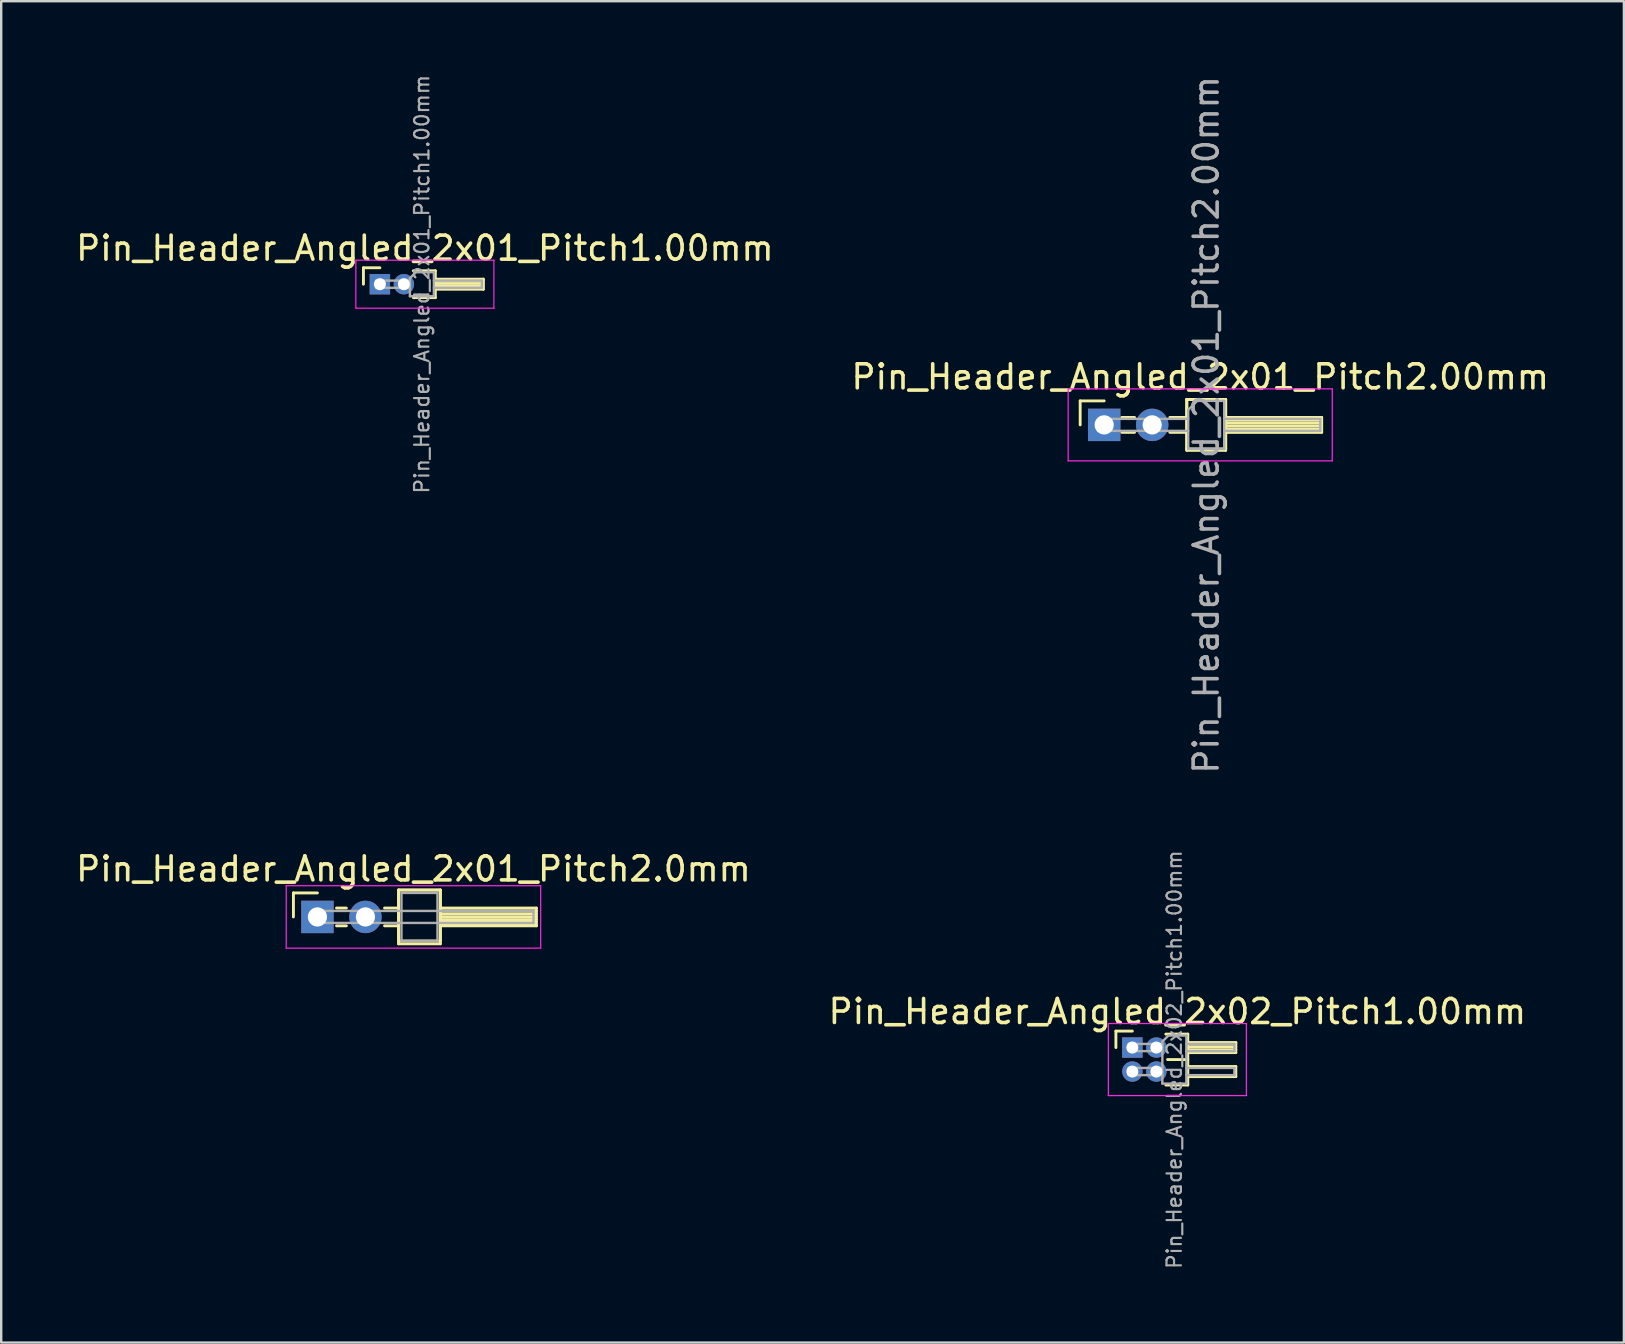
<source format=kicad_pcb>
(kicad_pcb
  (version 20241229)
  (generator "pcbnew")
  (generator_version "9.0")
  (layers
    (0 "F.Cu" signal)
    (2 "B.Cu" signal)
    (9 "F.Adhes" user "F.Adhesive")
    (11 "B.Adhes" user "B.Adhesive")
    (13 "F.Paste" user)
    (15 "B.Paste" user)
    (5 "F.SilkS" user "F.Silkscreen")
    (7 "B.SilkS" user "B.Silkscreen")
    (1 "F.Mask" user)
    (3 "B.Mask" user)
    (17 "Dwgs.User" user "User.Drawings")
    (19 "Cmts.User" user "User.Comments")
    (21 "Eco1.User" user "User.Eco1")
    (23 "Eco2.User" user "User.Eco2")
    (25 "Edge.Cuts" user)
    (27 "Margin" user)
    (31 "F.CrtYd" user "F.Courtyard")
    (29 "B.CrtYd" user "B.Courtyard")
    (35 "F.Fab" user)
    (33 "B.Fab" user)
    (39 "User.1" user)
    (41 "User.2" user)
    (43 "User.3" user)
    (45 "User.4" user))
  (footprint "Pin_Header_Angled_2x01_Pitch2.0mm"
    (layer "F.Cu")
    (at 10.173 35.146)
    (property "Reference" "Pin_Header_Angled_2x01_Pitch2.0mm" (at 4 -2 0) (layer "F.SilkS") (effects (font (size 1 1) (thickness 0.15))))
    (attr through_hole)
    (fp_line (start -1 -1) (end 0 -1) (stroke (width 0.12) (type solid)) (layer "F.SilkS"))
    (fp_line (start -1 0) (end -1 -1) (stroke (width 0.12) (type solid)) (layer "F.SilkS"))
    (fp_line (start 0.795 -0.37) (end 1.205 -0.37) (stroke (width 0.12) (type solid)) (layer "F.SilkS"))
    (fp_line (start 0.795 0.37) (end 1.205 0.37) (stroke (width 0.12) (type solid)) (layer "F.SilkS"))
    (fp_line (start 2.795 -0.37) (end 3.38 -0.37) (stroke (width 0.12) (type solid)) (layer "F.SilkS"))
    (fp_line (start 2.795 0.37) (end 3.38 0.37) (stroke (width 0.12) (type solid)) (layer "F.SilkS"))
    (fp_line (start 3.38 -1.12) (end 3.38 1) (stroke (width 0.12) (type solid)) (layer "F.SilkS"))
    (fp_line (start 3.38 -1.12) (end 3.38 1.12) (stroke (width 0.12) (type solid)) (layer "F.SilkS"))
    (fp_line (start 3.38 1) (end 5.12 1) (stroke (width 0.12) (type solid)) (layer "F.SilkS"))
    (fp_line (start 3.38 1.12) (end 5.12 1.12) (stroke (width 0.12) (type solid)) (layer "F.SilkS"))
    (fp_line (start 5.12 -1.12) (end 3.38 -1.12) (stroke (width 0.12) (type solid)) (layer "F.SilkS"))
    (fp_line (start 5.12 -1.12) (end 3.38 -1.12) (stroke (width 0.12) (type solid)) (layer "F.SilkS"))
    (fp_line (start 5.12 -0.37) (end 5.12 0.37) (stroke (width 0.12) (type solid)) (layer "F.SilkS"))
    (fp_line (start 5.12 -0.25) (end 9.12 -0.25) (stroke (width 0.12) (type solid)) (layer "F.SilkS"))
    (fp_line (start 5.12 -0.13) (end 9.12 -0.13) (stroke (width 0.12) (type solid)) (layer "F.SilkS"))
    (fp_line (start 5.12 -0.01) (end 9.12 -0.01) (stroke (width 0.12) (type solid)) (layer "F.SilkS"))
    (fp_line (start 5.12 0.11) (end 9.12 0.11) (stroke (width 0.12) (type solid)) (layer "F.SilkS"))
    (fp_line (start 5.12 0.23) (end 9.12 0.23) (stroke (width 0.12) (type solid)) (layer "F.SilkS"))
    (fp_line (start 5.12 0.35) (end 9.12 0.35) (stroke (width 0.12) (type solid)) (layer "F.SilkS"))
    (fp_line (start 5.12 0.37) (end 9.12 0.37) (stroke (width 0.12) (type solid)) (layer "F.SilkS"))
    (fp_line (start 5.12 1) (end 5.12 -1.12) (stroke (width 0.12) (type solid)) (layer "F.SilkS"))
    (fp_line (start 5.12 1.12) (end 5.12 -1.12) (stroke (width 0.12) (type solid)) (layer "F.SilkS"))
    (fp_line (start 9.12 -0.37) (end 5.12 -0.37) (stroke (width 0.12) (type solid)) (layer "F.SilkS"))
    (fp_line (start 9.12 0.37) (end 9.12 -0.37) (stroke (width 0.12) (type solid)) (layer "F.SilkS"))
    (fp_line (start -1.3 -1.3) (end -1.3 1.3) (stroke (width 0.05) (type solid)) (layer "F.CrtYd"))
    (fp_line (start -1.3 1.3) (end 9.3 1.3) (stroke (width 0.05) (type solid)) (layer "F.CrtYd"))
    (fp_line (start 9.3 -1.3) (end -1.3 -1.3) (stroke (width 0.05) (type solid)) (layer "F.CrtYd"))
    (fp_line (start 9.3 1.3) (end 9.3 -1.3) (stroke (width 0.05) (type solid)) (layer "F.CrtYd"))
    (fp_line (start 0 -0.25) (end 0 0.25) (stroke (width 0.1) (type solid)) (layer "F.Fab"))
    (fp_line (start 0 0.25) (end 9 0.25) (stroke (width 0.1) (type solid)) (layer "F.Fab"))
    (fp_line (start 3.5 -1) (end 3.5 1) (stroke (width 0.1) (type solid)) (layer "F.Fab"))
    (fp_line (start 3.5 1) (end 5 1) (stroke (width 0.1) (type solid)) (layer "F.Fab"))
    (fp_line (start 5 -1) (end 3.5 -1) (stroke (width 0.1) (type solid)) (layer "F.Fab"))
    (fp_line (start 5 1) (end 5 -1) (stroke (width 0.1) (type solid)) (layer "F.Fab"))
    (fp_line (start 9 -0.25) (end 0 -0.25) (stroke (width 0.1) (type solid)) (layer "F.Fab"))
    (fp_line (start 9 0.25) (end 9 -0.25) (stroke (width 0.1) (type solid)) (layer "F.Fab"))
    (pad "1" thru_hole rect (at 0 0) (size 1.35 1.35) (drill 0.8) (layers "*.Cu" "*.Mask"))
    (pad "2" thru_hole oval (at 2 0) (size 1.35 1.35) (drill 0.8) (layers "*.Cu" "*.Mask")))
  (footprint "Pin_Header_Angled_2x01_Pitch1.00mm"
    (layer "F.Cu")
    (at 12.774 8.789)
    (property "Reference" "Pin_Header_Angled_2x01_Pitch1.00mm" (at 1.875 -1.5 0) (layer "F.SilkS") (effects (font (size 1 1) (thickness 0.15))))
    (attr through_hole)
    (fp_line (start -0.685 -0.685) (end 0 -0.685) (stroke (width 0.12) (type solid)) (layer "F.SilkS"))
    (fp_line (start -0.685 0) (end -0.685 -0.685) (stroke (width 0.12) (type solid)) (layer "F.SilkS"))
    (fp_line (start 1.394 -0.56) (end 2.31 -0.56) (stroke (width 0.12) (type solid)) (layer "F.SilkS"))
    (fp_line (start 2.31 -0.56) (end 2.31 0.56) (stroke (width 0.12) (type solid)) (layer "F.SilkS"))
    (fp_line (start 2.31 -0.21) (end 4.31 -0.21) (stroke (width 0.12) (type solid)) (layer "F.SilkS"))
    (fp_line (start 2.31 -0.15) (end 4.31 -0.15) (stroke (width 0.12) (type solid)) (layer "F.SilkS"))
    (fp_line (start 2.31 -0.03) (end 4.31 -0.03) (stroke (width 0.12) (type solid)) (layer "F.SilkS"))
    (fp_line (start 2.31 0.09) (end 4.31 0.09) (stroke (width 0.12) (type solid)) (layer "F.SilkS"))
    (fp_line (start 2.31 0.56) (end 1.394 0.56) (stroke (width 0.12) (type solid)) (layer "F.SilkS"))
    (fp_line (start 4.31 -0.21) (end 4.31 0.21) (stroke (width 0.12) (type solid)) (layer "F.SilkS"))
    (fp_line (start 4.31 0.21) (end 2.31 0.21) (stroke (width 0.12) (type solid)) (layer "F.SilkS"))
    (fp_line (start -1 -1) (end -1 1) (stroke (width 0.05) (type solid)) (layer "F.CrtYd"))
    (fp_line (start -1 1) (end 4.75 1) (stroke (width 0.05) (type solid)) (layer "F.CrtYd"))
    (fp_line (start 4.75 -1) (end -1 -1) (stroke (width 0.05) (type solid)) (layer "F.CrtYd"))
    (fp_line (start 4.75 1) (end 4.75 -1) (stroke (width 0.05) (type solid)) (layer "F.CrtYd"))
    (fp_line (start -0.15 -0.15) (end -0.15 0.15) (stroke (width 0.1) (type solid)) (layer "F.Fab"))
    (fp_line (start -0.15 -0.15) (end 1.25 -0.15) (stroke (width 0.1) (type solid)) (layer "F.Fab"))
    (fp_line (start -0.15 0.15) (end 1.25 0.15) (stroke (width 0.1) (type solid)) (layer "F.Fab"))
    (fp_line (start 1.25 -0.25) (end 1.5 -0.5) (stroke (width 0.1) (type solid)) (layer "F.Fab"))
    (fp_line (start 1.25 0.5) (end 1.25 -0.25) (stroke (width 0.1) (type solid)) (layer "F.Fab"))
    (fp_line (start 1.5 -0.5) (end 2.25 -0.5) (stroke (width 0.1) (type solid)) (layer "F.Fab"))
    (fp_line (start 2.25 -0.5) (end 2.25 0.5) (stroke (width 0.1) (type solid)) (layer "F.Fab"))
    (fp_line (start 2.25 -0.15) (end 4.25 -0.15) (stroke (width 0.1) (type solid)) (layer "F.Fab"))
    (fp_line (start 2.25 0.15) (end 4.25 0.15) (stroke (width 0.1) (type solid)) (layer "F.Fab"))
    (fp_line (start 2.25 0.5) (end 1.25 0.5) (stroke (width 0.1) (type solid)) (layer "F.Fab"))
    (fp_line (start 4.25 -0.15) (end 4.25 0.15) (stroke (width 0.1) (type solid)) (layer "F.Fab"))
    (fp_text user "${REFERENCE}" (at 1.75 0 90) (layer "F.Fab") (effects (font (size 0.6 0.6) (thickness 0.09))))
    (pad "1" thru_hole rect (at 0 0) (size 0.85 0.85) (drill 0.5) (layers "*.Cu" "*.Mask"))
    (pad "2" thru_hole oval (at 1 0) (size 0.85 0.85) (drill 0.5) (layers "*.Cu" "*.Mask")))
  (footprint "Pin_Header_Angled_2x02_Pitch1.00mm"
    (layer "F.Cu")
    (at 44.119 40.587)
    (property "Reference" "Pin_Header_Angled_2x02_Pitch1.00mm" (at 1.875 -1.5 0) (layer "F.SilkS") (effects (font (size 1 1) (thickness 0.15))))
    (attr through_hole)
    (fp_line (start -0.685 -0.685) (end 0 -0.685) (stroke (width 0.12) (type solid)) (layer "F.SilkS"))
    (fp_line (start -0.685 0) (end -0.685 -0.685) (stroke (width 0.12) (type solid)) (layer "F.SilkS"))
    (fp_line (start 1.394 -0.56) (end 2.31 -0.56) (stroke (width 0.12) (type solid)) (layer "F.SilkS"))
    (fp_line (start 1.468 0.5) (end 2.31 0.5) (stroke (width 0.12) (type solid)) (layer "F.SilkS"))
    (fp_line (start 2.31 -0.56) (end 2.31 1.56) (stroke (width 0.12) (type solid)) (layer "F.SilkS"))
    (fp_line (start 2.31 -0.21) (end 4.31 -0.21) (stroke (width 0.12) (type solid)) (layer "F.SilkS"))
    (fp_line (start 2.31 -0.15) (end 4.31 -0.15) (stroke (width 0.12) (type solid)) (layer "F.SilkS"))
    (fp_line (start 2.31 -0.03) (end 4.31 -0.03) (stroke (width 0.12) (type solid)) (layer "F.SilkS"))
    (fp_line (start 2.31 0.09) (end 4.31 0.09) (stroke (width 0.12) (type solid)) (layer "F.SilkS"))
    (fp_line (start 2.31 0.79) (end 4.31 0.79) (stroke (width 0.12) (type solid)) (layer "F.SilkS"))
    (fp_line (start 2.31 1.56) (end 1.394 1.56) (stroke (width 0.12) (type solid)) (layer "F.SilkS"))
    (fp_line (start 4.31 -0.21) (end 4.31 0.21) (stroke (width 0.12) (type solid)) (layer "F.SilkS"))
    (fp_line (start 4.31 0.21) (end 2.31 0.21) (stroke (width 0.12) (type solid)) (layer "F.SilkS"))
    (fp_line (start 4.31 0.79) (end 4.31 1.21) (stroke (width 0.12) (type solid)) (layer "F.SilkS"))
    (fp_line (start 4.31 1.21) (end 2.31 1.21) (stroke (width 0.12) (type solid)) (layer "F.SilkS"))
    (fp_line (start -1 -1) (end -1 2) (stroke (width 0.05) (type solid)) (layer "F.CrtYd"))
    (fp_line (start -1 2) (end 4.75 2) (stroke (width 0.05) (type solid)) (layer "F.CrtYd"))
    (fp_line (start 4.75 -1) (end -1 -1) (stroke (width 0.05) (type solid)) (layer "F.CrtYd"))
    (fp_line (start 4.75 2) (end 4.75 -1) (stroke (width 0.05) (type solid)) (layer "F.CrtYd"))
    (fp_line (start -0.15 -0.15) (end -0.15 0.15) (stroke (width 0.1) (type solid)) (layer "F.Fab"))
    (fp_line (start -0.15 -0.15) (end 1.25 -0.15) (stroke (width 0.1) (type solid)) (layer "F.Fab"))
    (fp_line (start -0.15 0.15) (end 1.25 0.15) (stroke (width 0.1) (type solid)) (layer "F.Fab"))
    (fp_line (start -0.15 0.85) (end -0.15 1.15) (stroke (width 0.1) (type solid)) (layer "F.Fab"))
    (fp_line (start -0.15 0.85) (end 1.25 0.85) (stroke (width 0.1) (type solid)) (layer "F.Fab"))
    (fp_line (start -0.15 1.15) (end 1.25 1.15) (stroke (width 0.1) (type solid)) (layer "F.Fab"))
    (fp_line (start 1.25 -0.25) (end 1.5 -0.5) (stroke (width 0.1) (type solid)) (layer "F.Fab"))
    (fp_line (start 1.25 1.5) (end 1.25 -0.25) (stroke (width 0.1) (type solid)) (layer "F.Fab"))
    (fp_line (start 1.5 -0.5) (end 2.25 -0.5) (stroke (width 0.1) (type solid)) (layer "F.Fab"))
    (fp_line (start 2.25 -0.5) (end 2.25 1.5) (stroke (width 0.1) (type solid)) (layer "F.Fab"))
    (fp_line (start 2.25 -0.15) (end 4.25 -0.15) (stroke (width 0.1) (type solid)) (layer "F.Fab"))
    (fp_line (start 2.25 0.15) (end 4.25 0.15) (stroke (width 0.1) (type solid)) (layer "F.Fab"))
    (fp_line (start 2.25 0.85) (end 4.25 0.85) (stroke (width 0.1) (type solid)) (layer "F.Fab"))
    (fp_line (start 2.25 1.15) (end 4.25 1.15) (stroke (width 0.1) (type solid)) (layer "F.Fab"))
    (fp_line (start 2.25 1.5) (end 1.25 1.5) (stroke (width 0.1) (type solid)) (layer "F.Fab"))
    (fp_line (start 4.25 -0.15) (end 4.25 0.15) (stroke (width 0.1) (type solid)) (layer "F.Fab"))
    (fp_line (start 4.25 0.85) (end 4.25 1.15) (stroke (width 0.1) (type solid)) (layer "F.Fab"))
    (fp_text user "${REFERENCE}" (at 1.75 0.5 90) (layer "F.Fab") (effects (font (size 0.6 0.6) (thickness 0.09))))
    (pad "1" thru_hole rect (at 0 0) (size 0.85 0.85) (drill 0.5) (layers "*.Cu" "*.Mask"))
    (pad "2" thru_hole oval (at 1 0) (size 0.85 0.85) (drill 0.5) (layers "*.Cu" "*.Mask"))
    (pad "3" thru_hole oval (at 0 1) (size 0.85 0.85) (drill 0.5) (layers "*.Cu" "*.Mask"))
    (pad "4" thru_hole oval (at 1 1) (size 0.85 0.85) (drill 0.5) (layers "*.Cu" "*.Mask")))
  (footprint "Pin_Header_Angled_2x01_Pitch2.00mm"
    (layer "F.Cu")
    (at 42.946 14.649)
    (property "Reference" "Pin_Header_Angled_2x01_Pitch2.00mm" (at 4 -2 0) (layer "F.SilkS") (effects (font (size 1 1) (thickness 0.15))))
    (attr through_hole)
    (fp_line (start -1 -1) (end 0 -1) (stroke (width 0.12) (type solid)) (layer "F.SilkS"))
    (fp_line (start -1 0) (end -1 -1) (stroke (width 0.12) (type solid)) (layer "F.SilkS"))
    (fp_line (start 0.735 -0.31) (end 1.265 -0.31) (stroke (width 0.12) (type solid)) (layer "F.SilkS"))
    (fp_line (start 0.735 0.31) (end 1.265 0.31) (stroke (width 0.12) (type solid)) (layer "F.SilkS"))
    (fp_line (start 2.735 -0.31) (end 3.44 -0.31) (stroke (width 0.12) (type solid)) (layer "F.SilkS"))
    (fp_line (start 2.735 0.31) (end 3.44 0.31) (stroke (width 0.12) (type solid)) (layer "F.SilkS"))
    (fp_line (start 3.44 -1.06) (end 3.44 1) (stroke (width 0.12) (type solid)) (layer "F.SilkS"))
    (fp_line (start 3.44 -1.06) (end 3.44 1.06) (stroke (width 0.12) (type solid)) (layer "F.SilkS"))
    (fp_line (start 3.44 1) (end 5.06 1) (stroke (width 0.12) (type solid)) (layer "F.SilkS"))
    (fp_line (start 3.44 1.06) (end 5.06 1.06) (stroke (width 0.12) (type solid)) (layer "F.SilkS"))
    (fp_line (start 5.06 -1.06) (end 3.44 -1.06) (stroke (width 0.12) (type solid)) (layer "F.SilkS"))
    (fp_line (start 5.06 -1.06) (end 3.44 -1.06) (stroke (width 0.12) (type solid)) (layer "F.SilkS"))
    (fp_line (start 5.06 -0.31) (end 5.06 0.31) (stroke (width 0.12) (type solid)) (layer "F.SilkS"))
    (fp_line (start 5.06 -0.19) (end 9.06 -0.19) (stroke (width 0.12) (type solid)) (layer "F.SilkS"))
    (fp_line (start 5.06 -0.07) (end 9.06 -0.07) (stroke (width 0.12) (type solid)) (layer "F.SilkS"))
    (fp_line (start 5.06 0.05) (end 9.06 0.05) (stroke (width 0.12) (type solid)) (layer "F.SilkS"))
    (fp_line (start 5.06 0.17) (end 9.06 0.17) (stroke (width 0.12) (type solid)) (layer "F.SilkS"))
    (fp_line (start 5.06 0.29) (end 9.06 0.29) (stroke (width 0.12) (type solid)) (layer "F.SilkS"))
    (fp_line (start 5.06 0.31) (end 9.06 0.31) (stroke (width 0.12) (type solid)) (layer "F.SilkS"))
    (fp_line (start 5.06 1) (end 5.06 -1.06) (stroke (width 0.12) (type solid)) (layer "F.SilkS"))
    (fp_line (start 5.06 1.06) (end 5.06 -1.06) (stroke (width 0.12) (type solid)) (layer "F.SilkS"))
    (fp_line (start 9.06 -0.31) (end 5.06 -0.31) (stroke (width 0.12) (type solid)) (layer "F.SilkS"))
    (fp_line (start 9.06 0.31) (end 9.06 -0.31) (stroke (width 0.12) (type solid)) (layer "F.SilkS"))
    (fp_line (start -1.5 -1.5) (end -1.5 1.5) (stroke (width 0.05) (type solid)) (layer "F.CrtYd"))
    (fp_line (start -1.5 1.5) (end 9.5 1.5) (stroke (width 0.05) (type solid)) (layer "F.CrtYd"))
    (fp_line (start 9.5 -1.5) (end -1.5 -1.5) (stroke (width 0.05) (type solid)) (layer "F.CrtYd"))
    (fp_line (start 9.5 1.5) (end 9.5 -1.5) (stroke (width 0.05) (type solid)) (layer "F.CrtYd"))
    (fp_line (start -0.25 -0.25) (end -0.25 0.25) (stroke (width 0.1) (type solid)) (layer "F.Fab"))
    (fp_line (start -0.25 -0.25) (end 3.5 -0.25) (stroke (width 0.1) (type solid)) (layer "F.Fab"))
    (fp_line (start -0.25 0.25) (end 3.5 0.25) (stroke (width 0.1) (type solid)) (layer "F.Fab"))
    (fp_line (start 3.5 -0.625) (end 3.875 -1) (stroke (width 0.1) (type solid)) (layer "F.Fab"))
    (fp_line (start 3.5 1) (end 3.5 -0.625) (stroke (width 0.1) (type solid)) (layer "F.Fab"))
    (fp_line (start 3.875 -1) (end 5 -1) (stroke (width 0.1) (type solid)) (layer "F.Fab"))
    (fp_line (start 5 -1) (end 5 1) (stroke (width 0.1) (type solid)) (layer "F.Fab"))
    (fp_line (start 5 -0.25) (end 9 -0.25) (stroke (width 0.1) (type solid)) (layer "F.Fab"))
    (fp_line (start 5 0.25) (end 9 0.25) (stroke (width 0.1) (type solid)) (layer "F.Fab"))
    (fp_line (start 5 1) (end 3.5 1) (stroke (width 0.1) (type solid)) (layer "F.Fab"))
    (fp_line (start 9 -0.25) (end 9 0.25) (stroke (width 0.1) (type solid)) (layer "F.Fab"))
    (fp_text user "${REFERENCE}" (at 4.25 0 90) (layer "F.Fab") (effects (font (size 1 1) (thickness 0.15))))
    (pad "1" thru_hole rect (at 0 0) (size 1.35 1.35) (drill 0.8) (layers "*.Cu" "*.Mask"))
    (pad "2" thru_hole oval (at 2 0) (size 1.35 1.35) (drill 0.8) (layers "*.Cu" "*.Mask")))
  (gr_rect
    (start -3 -3)
    (end 64.595 52.876)
    (stroke (width 0.1) (type default))
    (fill no)
    (layer "Edge.Cuts")))
</source>
